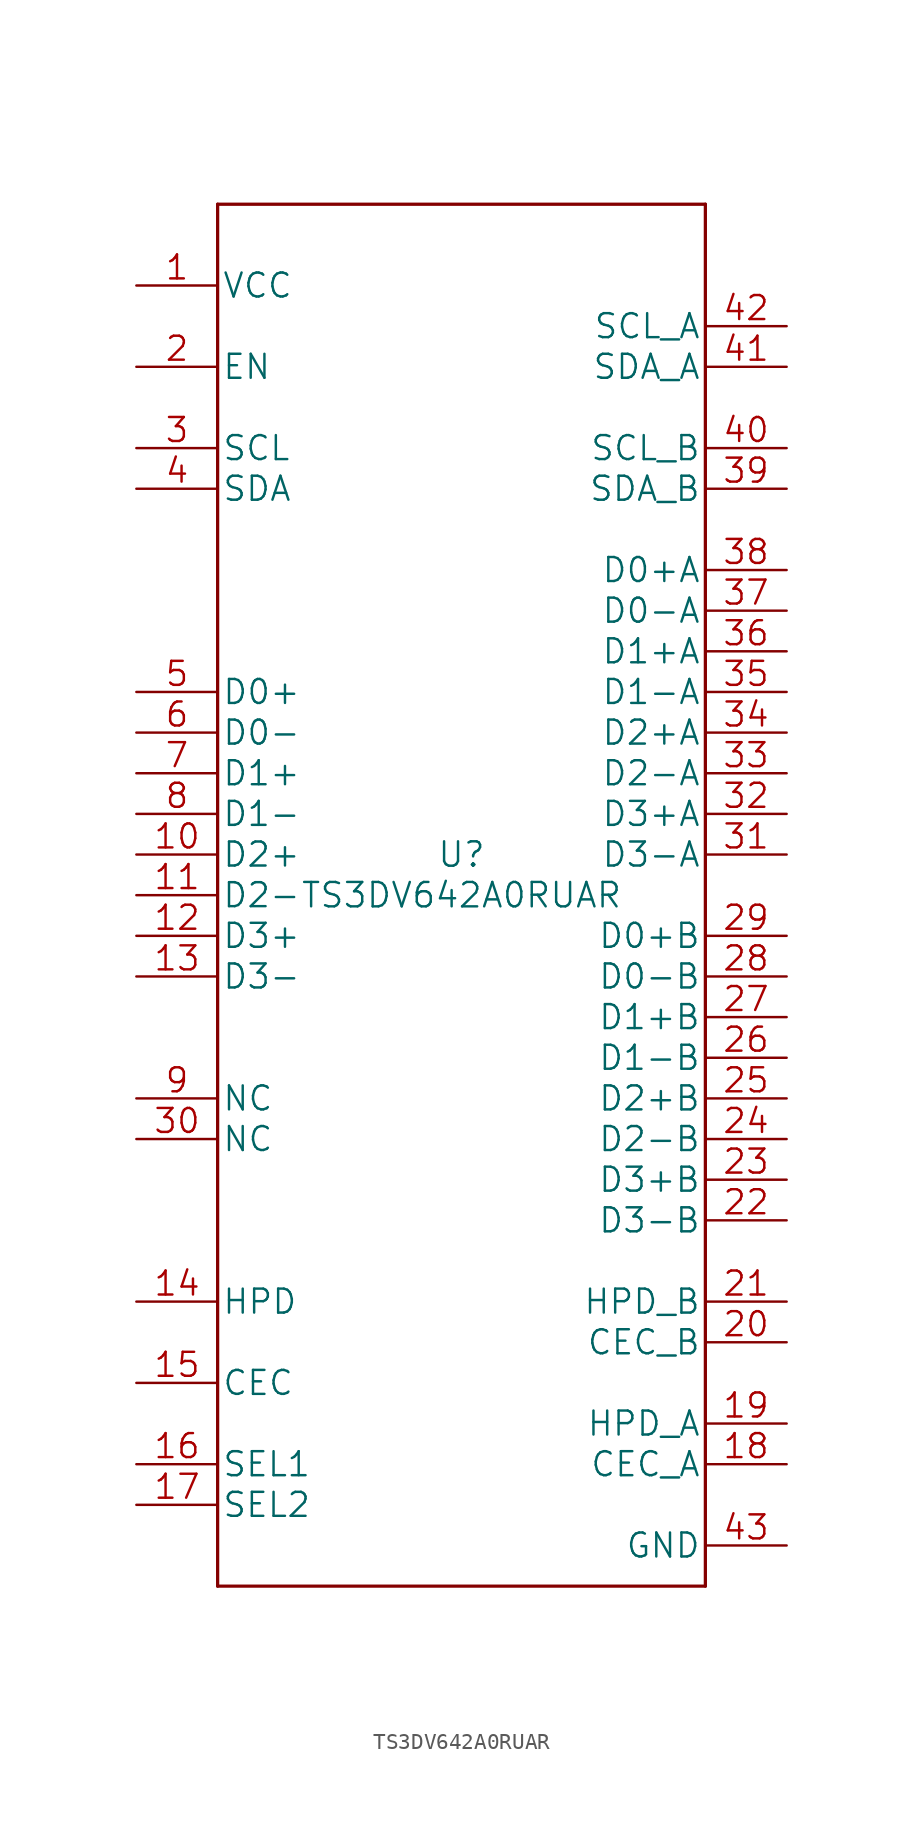
<source format=kicad_sym>
(kicad_symbol_lib
  (version 20220914)
  (generator kicad_symbol_editor)
  (symbol "TS3DV642A0RUAR"
    (pin_names
      (offset 0.254))
    (property "Reference" "U"
      (at 0 2.54 0)
      (effects (font (size 1.524 1.524))))
    (property "Value" "TS3DV642A0RUAR"
      (at 0 0 0)
      (effects (font (size 1.524 1.524))))
    (property "Datasheet" ""
      (at 0 0 0)
      (effects (font (size 1.524 1.524))))
    (property "ki_locked" ""
      (at 0 0 0)
      (effects (font (size 1.27 1.27))))
    (symbol "TS3DV642A0RUAR_1_1"
      (polyline (pts (xy -15.24 -43.18) (xy 15.24 -43.18)) (stroke (width 0.203) (type solid)) (fill (type none)))
      (polyline (pts (xy -15.24 43.18) (xy -15.24 -43.18)) (stroke (width 0.203) (type solid)) (fill (type none)))
      (polyline (pts (xy 15.24 -43.18) (xy 15.24 43.18)) (stroke (width 0.203) (type solid)) (fill (type none)))
      (polyline (pts (xy 15.24 43.18) (xy -15.24 43.18)) (stroke (width 0.203) (type solid)) (fill (type none)))
      (pin power_in line (at -20.32 38.1 0) (length 5.08) (name "VCC" (effects (font (size 1.499 1.499)))) (number "1" (effects (font (size 1.499 1.499)))))
      (pin bidirectional line (at -20.32 2.54 0) (length 5.08) (name "D2+" (effects (font (size 1.499 1.499)))) (number "10" (effects (font (size 1.499 1.499)))))
      (pin bidirectional line (at -20.32 0 0) (length 5.08) (name "D2-" (effects (font (size 1.499 1.499)))) (number "11" (effects (font (size 1.499 1.499)))))
      (pin bidirectional line (at -20.32 -2.54 0) (length 5.08) (name "D3+" (effects (font (size 1.499 1.499)))) (number "12" (effects (font (size 1.499 1.499)))))
      (pin bidirectional line (at -20.32 -5.08 0) (length 5.08) (name "D3-" (effects (font (size 1.499 1.499)))) (number "13" (effects (font (size 1.499 1.499)))))
      (pin bidirectional line (at -20.32 -25.4 0) (length 5.08) (name "HPD" (effects (font (size 1.499 1.499)))) (number "14" (effects (font (size 1.499 1.499)))))
      (pin bidirectional line (at -20.32 -30.48 0) (length 5.08) (name "CEC" (effects (font (size 1.499 1.499)))) (number "15" (effects (font (size 1.499 1.499)))))
      (pin input line (at -20.32 -35.56 0) (length 5.08) (name "SEL1" (effects (font (size 1.499 1.499)))) (number "16" (effects (font (size 1.499 1.499)))))
      (pin input line (at -20.32 -38.1 0) (length 5.08) (name "SEL2" (effects (font (size 1.499 1.499)))) (number "17" (effects (font (size 1.499 1.499)))))
      (pin bidirectional line (at 20.32 -35.56 180) (length 5.08) (name "CEC_A" (effects (font (size 1.499 1.499)))) (number "18" (effects (font (size 1.499 1.499)))))
      (pin bidirectional line (at 20.32 -33.02 180) (length 5.08) (name "HPD_A" (effects (font (size 1.499 1.499)))) (number "19" (effects (font (size 1.499 1.499)))))
      (pin input line (at -20.32 33.02 0) (length 5.08) (name "EN" (effects (font (size 1.499 1.499)))) (number "2" (effects (font (size 1.499 1.499)))))
      (pin bidirectional line (at 20.32 -27.94 180) (length 5.08) (name "CEC_B" (effects (font (size 1.499 1.499)))) (number "20" (effects (font (size 1.499 1.499)))))
      (pin bidirectional line (at 20.32 -25.4 180) (length 5.08) (name "HPD_B" (effects (font (size 1.499 1.499)))) (number "21" (effects (font (size 1.499 1.499)))))
      (pin bidirectional line (at 20.32 -20.32 180) (length 5.08) (name "D3-B" (effects (font (size 1.499 1.499)))) (number "22" (effects (font (size 1.499 1.499)))))
      (pin bidirectional line (at 20.32 -17.78 180) (length 5.08) (name "D3+B" (effects (font (size 1.499 1.499)))) (number "23" (effects (font (size 1.499 1.499)))))
      (pin bidirectional line (at 20.32 -15.24 180) (length 5.08) (name "D2-B" (effects (font (size 1.499 1.499)))) (number "24" (effects (font (size 1.499 1.499)))))
      (pin bidirectional line (at 20.32 -12.7 180) (length 5.08) (name "D2+B" (effects (font (size 1.499 1.499)))) (number "25" (effects (font (size 1.499 1.499)))))
      (pin bidirectional line (at 20.32 -10.16 180) (length 5.08) (name "D1-B" (effects (font (size 1.499 1.499)))) (number "26" (effects (font (size 1.499 1.499)))))
      (pin bidirectional line (at 20.32 -7.62 180) (length 5.08) (name "D1+B" (effects (font (size 1.499 1.499)))) (number "27" (effects (font (size 1.499 1.499)))))
      (pin bidirectional line (at 20.32 -5.08 180) (length 5.08) (name "D0-B" (effects (font (size 1.499 1.499)))) (number "28" (effects (font (size 1.499 1.499)))))
      (pin bidirectional line (at 20.32 -2.54 180) (length 5.08) (name "D0+B" (effects (font (size 1.499 1.499)))) (number "29" (effects (font (size 1.499 1.499)))))
      (pin bidirectional line (at -20.32 27.94 0) (length 5.08) (name "SCL" (effects (font (size 1.499 1.499)))) (number "3" (effects (font (size 1.499 1.499)))))
      (pin unspecified line (at -20.32 -15.24 0) (length 5.08) (name "NC" (effects (font (size 1.499 1.499)))) (number "30" (effects (font (size 1.499 1.499)))))
      (pin bidirectional line (at 20.32 2.54 180) (length 5.08) (name "D3-A" (effects (font (size 1.499 1.499)))) (number "31" (effects (font (size 1.499 1.499)))))
      (pin bidirectional line (at 20.32 5.08 180) (length 5.08) (name "D3+A" (effects (font (size 1.499 1.499)))) (number "32" (effects (font (size 1.499 1.499)))))
      (pin bidirectional line (at 20.32 7.62 180) (length 5.08) (name "D2-A" (effects (font (size 1.499 1.499)))) (number "33" (effects (font (size 1.499 1.499)))))
      (pin bidirectional line (at 20.32 10.16 180) (length 5.08) (name "D2+A" (effects (font (size 1.499 1.499)))) (number "34" (effects (font (size 1.499 1.499)))))
      (pin bidirectional line (at 20.32 12.7 180) (length 5.08) (name "D1-A" (effects (font (size 1.499 1.499)))) (number "35" (effects (font (size 1.499 1.499)))))
      (pin bidirectional line (at 20.32 15.24 180) (length 5.08) (name "D1+A" (effects (font (size 1.499 1.499)))) (number "36" (effects (font (size 1.499 1.499)))))
      (pin bidirectional line (at 20.32 17.78 180) (length 5.08) (name "D0-A" (effects (font (size 1.499 1.499)))) (number "37" (effects (font (size 1.499 1.499)))))
      (pin bidirectional line (at 20.32 20.32 180) (length 5.08) (name "D0+A" (effects (font (size 1.499 1.499)))) (number "38" (effects (font (size 1.499 1.499)))))
      (pin bidirectional line (at 20.32 25.4 180) (length 5.08) (name "SDA_B" (effects (font (size 1.499 1.499)))) (number "39" (effects (font (size 1.499 1.499)))))
      (pin bidirectional line (at -20.32 25.4 0) (length 5.08) (name "SDA" (effects (font (size 1.499 1.499)))) (number "4" (effects (font (size 1.499 1.499)))))
      (pin bidirectional line (at 20.32 27.94 180) (length 5.08) (name "SCL_B" (effects (font (size 1.499 1.499)))) (number "40" (effects (font (size 1.499 1.499)))))
      (pin bidirectional line (at 20.32 33.02 180) (length 5.08) (name "SDA_A" (effects (font (size 1.499 1.499)))) (number "41" (effects (font (size 1.499 1.499)))))
      (pin bidirectional line (at 20.32 35.56 180) (length 5.08) (name "SCL_A" (effects (font (size 1.499 1.499)))) (number "42" (effects (font (size 1.499 1.499)))))
      (pin power_in line (at 20.32 -40.64 180) (length 5.08) (name "GND" (effects (font (size 1.499 1.499)))) (number "43" (effects (font (size 1.499 1.499)))))
      (pin bidirectional line (at -20.32 12.7 0) (length 5.08) (name "D0+" (effects (font (size 1.499 1.499)))) (number "5" (effects (font (size 1.499 1.499)))))
      (pin bidirectional line (at -20.32 10.16 0) (length 5.08) (name "D0-" (effects (font (size 1.499 1.499)))) (number "6" (effects (font (size 1.499 1.499)))))
      (pin bidirectional line (at -20.32 7.62 0) (length 5.08) (name "D1+" (effects (font (size 1.499 1.499)))) (number "7" (effects (font (size 1.499 1.499)))))
      (pin bidirectional line (at -20.32 5.08 0) (length 5.08) (name "D1-" (effects (font (size 1.499 1.499)))) (number "8" (effects (font (size 1.499 1.499)))))
      (pin unspecified line (at -20.32 -12.7 0) (length 5.08) (name "NC" (effects (font (size 1.499 1.499)))) (number "9" (effects (font (size 1.499 1.499))))))))
</source>
